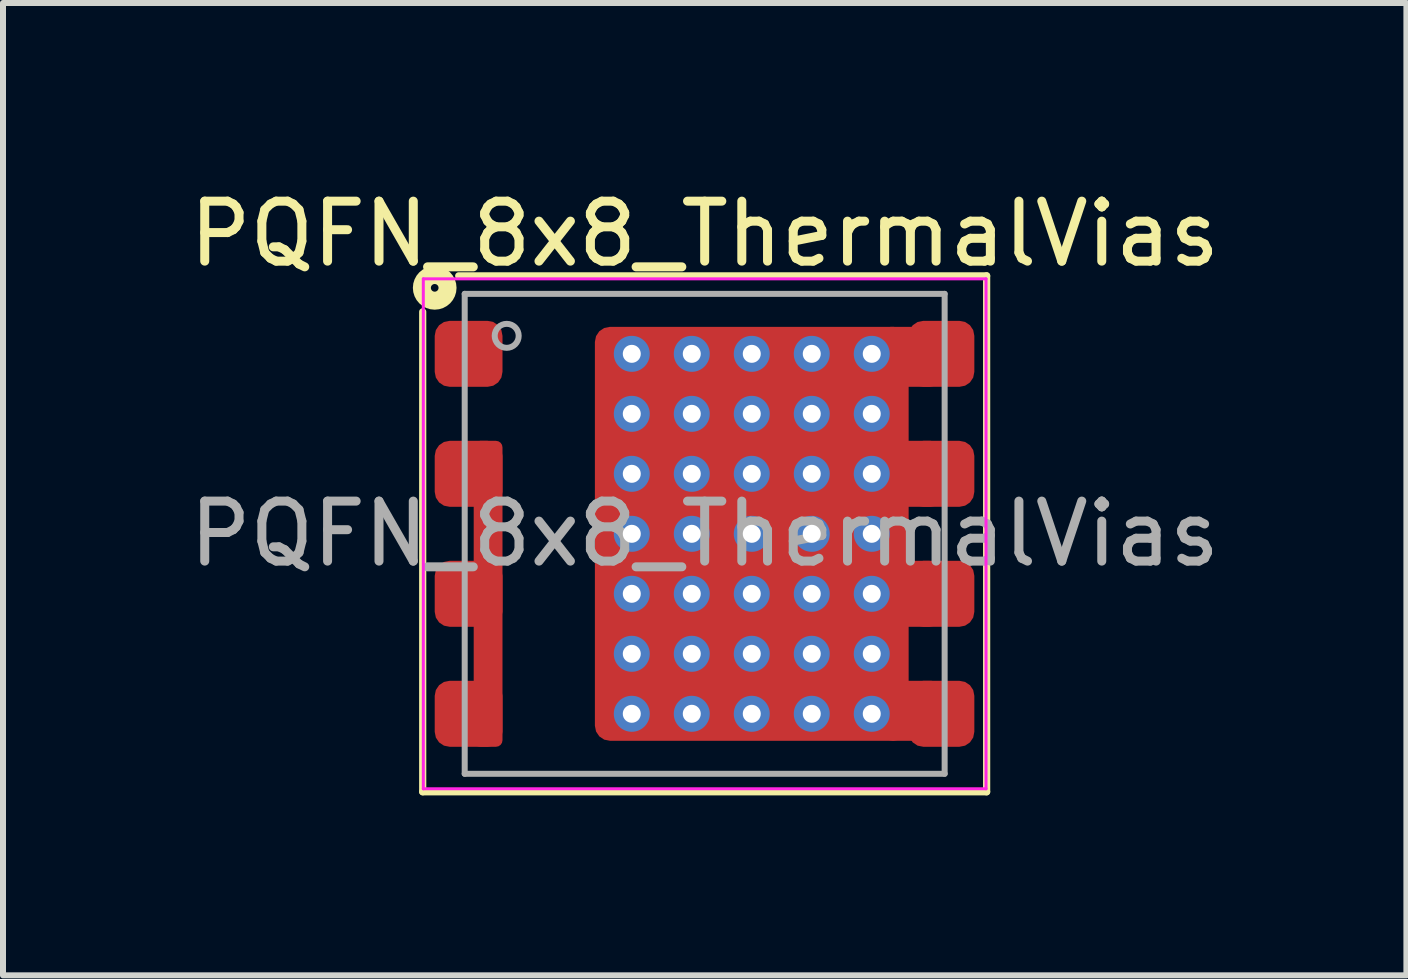
<source format=kicad_pcb>
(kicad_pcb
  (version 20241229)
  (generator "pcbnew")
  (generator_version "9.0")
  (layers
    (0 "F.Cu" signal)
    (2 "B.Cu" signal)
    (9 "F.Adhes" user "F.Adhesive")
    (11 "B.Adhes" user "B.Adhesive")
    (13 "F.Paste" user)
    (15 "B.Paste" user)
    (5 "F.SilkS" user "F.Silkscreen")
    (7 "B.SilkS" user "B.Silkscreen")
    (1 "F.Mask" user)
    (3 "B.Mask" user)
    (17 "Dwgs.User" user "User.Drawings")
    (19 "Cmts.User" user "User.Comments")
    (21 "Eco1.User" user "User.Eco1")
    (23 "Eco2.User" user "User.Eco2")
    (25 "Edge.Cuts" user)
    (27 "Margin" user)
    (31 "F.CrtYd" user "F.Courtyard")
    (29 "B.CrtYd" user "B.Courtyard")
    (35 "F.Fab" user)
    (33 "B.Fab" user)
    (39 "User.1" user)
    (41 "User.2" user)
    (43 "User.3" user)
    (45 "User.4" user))
  (footprint "PQFN_8x8_ThermalVias"
    (layer "F.Cu")
    (at 8.696 5.848)
    (property "Reference" "PQFN_8x8_ThermalVias" (at 0 -5 0) (layer "F.SilkS") (effects (font (size 1 1) (thickness 0.15))))
    (attr smd)
    (fp_line (start -4.7 -3.7) (end -4.7 4.3) (stroke (width 0.12) (type solid)) (layer "F.SilkS"))
    (fp_line (start -4.7 4.3) (end 4.7 4.3) (stroke (width 0.12) (type solid)) (layer "F.SilkS"))
    (fp_line (start 4.7 -4.3) (end -4.1 -4.3) (stroke (width 0.12) (type solid)) (layer "F.SilkS"))
    (fp_line (start 4.7 4.3) (end 4.7 -4.3) (stroke (width 0.12) (type solid)) (layer "F.SilkS"))
    (fp_circle (center -4.5 -4.1) (end -4.436 -4.1) (stroke (width 0.3) (type solid)) (fill no) (layer "F.SilkS"))
    (fp_line (start -4.69 -4.25) (end 4.69 -4.25) (stroke (width 0.05) (type solid)) (layer "F.CrtYd"))
    (fp_line (start -4.69 4.25) (end -4.69 -4.25) (stroke (width 0.05) (type solid)) (layer "F.CrtYd"))
    (fp_line (start 4.69 -4.25) (end 4.69 4.25) (stroke (width 0.05) (type solid)) (layer "F.CrtYd"))
    (fp_line (start 4.69 4.25) (end -4.69 4.25) (stroke (width 0.05) (type solid)) (layer "F.CrtYd"))
    (fp_line (start -4 -4) (end 4 -4) (stroke (width 0.1) (type solid)) (layer "F.Fab"))
    (fp_line (start -4 4) (end -4 -4) (stroke (width 0.1) (type solid)) (layer "F.Fab"))
    (fp_line (start 4 -4) (end 4 4) (stroke (width 0.1) (type solid)) (layer "F.Fab"))
    (fp_line (start 4 4) (end -4 4) (stroke (width 0.1) (type solid)) (layer "F.Fab"))
    (fp_circle (center -3.3 -3.3) (end -3.1 -3.3) (stroke (width 0.1) (type solid)) (fill no) (layer "F.Fab"))
    (fp_text user "${REFERENCE}" (at 0 0 0) (layer "F.Fab") (effects (font (size 1 1) (thickness 0.15))))
    (pad "" smd roundrect (at -1.565 -3.25) (size 0.4 0.3) (layers "F.Paste") (roundrect_rratio 0.25))
    (pad "" smd roundrect (at -1.565 -2.5 90) (size 0.7 0.4) (layers "F.Paste") (roundrect_rratio 0.25))
    (pad "" smd roundrect (at -1.565 -1.5 90) (size 0.7 0.4) (layers "F.Paste") (roundrect_rratio 0.25))
    (pad "" smd roundrect (at -1.565 -0.5 90) (size 0.7 0.4) (layers "F.Paste") (roundrect_rratio 0.25))
    (pad "" smd roundrect (at -1.565 0.5 90) (size 0.7 0.4) (layers "F.Paste") (roundrect_rratio 0.25))
    (pad "" smd roundrect (at -1.565 1.5 90) (size 0.7 0.4) (layers "F.Paste") (roundrect_rratio 0.25))
    (pad "" smd roundrect (at -1.565 2.5 90) (size 0.7 0.4) (layers "F.Paste") (roundrect_rratio 0.25))
    (pad "" smd roundrect (at -1.565 3.25) (size 0.4 0.3) (layers "F.Paste") (roundrect_rratio 0.25))
    (pad "" smd roundrect (at -0.715 -3.25) (size 0.7 0.3) (layers "F.Paste") (roundrect_rratio 0.25))
    (pad "" smd roundrect (at -0.715 -2.5) (size 0.8 0.8) (layers "F.Paste") (roundrect_rratio 0.25))
    (pad "" smd roundrect (at -0.715 -1.5) (size 0.8 0.8) (layers "F.Paste") (roundrect_rratio 0.25))
    (pad "" smd roundrect (at -0.715 -0.5) (size 0.8 0.8) (layers "F.Paste") (roundrect_rratio 0.25))
    (pad "" smd roundrect (at -0.715 0.5) (size 0.8 0.8) (layers "F.Paste") (roundrect_rratio 0.25))
    (pad "" smd roundrect (at -0.715 1.5) (size 0.8 0.8) (layers "F.Paste") (roundrect_rratio 0.25))
    (pad "" smd roundrect (at -0.715 2.5) (size 0.8 0.8) (layers "F.Paste") (roundrect_rratio 0.25))
    (pad "" smd roundrect (at -0.715 3.25) (size 0.7 0.3) (layers "F.Paste") (roundrect_rratio 0.25))
    (pad "" smd roundrect (at 0.285 -3.25) (size 0.7 0.3) (layers "F.Paste") (roundrect_rratio 0.25))
    (pad "" smd roundrect (at 0.285 -2.5) (size 0.8 0.8) (layers "F.Paste") (roundrect_rratio 0.25))
    (pad "" smd roundrect (at 0.285 -1.5) (size 0.8 0.8) (layers "F.Paste") (roundrect_rratio 0.25))
    (pad "" smd roundrect (at 0.285 -0.5) (size 0.8 0.8) (layers "F.Paste") (roundrect_rratio 0.25))
    (pad "" smd roundrect (at 0.285 0.5) (size 0.8 0.8) (layers "F.Paste") (roundrect_rratio 0.25))
    (pad "" smd roundrect (at 0.285 1.5) (size 0.8 0.8) (layers "F.Paste") (roundrect_rratio 0.25))
    (pad "" smd roundrect (at 0.285 2.5) (size 0.8 0.8) (layers "F.Paste") (roundrect_rratio 0.25))
    (pad "" smd roundrect (at 0.285 3.25) (size 0.7 0.3) (layers "F.Paste") (roundrect_rratio 0.25))
    (pad "" smd roundrect (at 1.285 -3.25) (size 0.7 0.3) (layers "F.Paste") (roundrect_rratio 0.25))
    (pad "" smd roundrect (at 1.285 -2.5) (size 0.8 0.8) (layers "F.Paste") (roundrect_rratio 0.25))
    (pad "" smd roundrect (at 1.285 -1.5) (size 0.8 0.8) (layers "F.Paste") (roundrect_rratio 0.25))
    (pad "" smd roundrect (at 1.285 -0.5) (size 0.8 0.8) (layers "F.Paste") (roundrect_rratio 0.25))
    (pad "" smd roundrect (at 1.285 0.5) (size 0.8 0.8) (layers "F.Paste") (roundrect_rratio 0.25))
    (pad "" smd roundrect (at 1.285 1.5) (size 0.8 0.8) (layers "F.Paste") (roundrect_rratio 0.25))
    (pad "" smd roundrect (at 1.285 2.5) (size 0.8 0.8) (layers "F.Paste") (roundrect_rratio 0.25))
    (pad "" smd roundrect (at 1.285 3.25) (size 0.7 0.3) (layers "F.Paste") (roundrect_rratio 0.25))
    (pad "" smd roundrect (at 2.285 -3.25) (size 0.7 0.3) (layers "F.Paste") (roundrect_rratio 0.25))
    (pad "" smd roundrect (at 2.285 -2.5) (size 0.8 0.8) (layers "F.Paste") (roundrect_rratio 0.25))
    (pad "" smd roundrect (at 2.285 -1.5) (size 0.8 0.8) (layers "F.Paste") (roundrect_rratio 0.25))
    (pad "" smd roundrect (at 2.285 -0.5) (size 0.8 0.8) (layers "F.Paste") (roundrect_rratio 0.25))
    (pad "" smd roundrect (at 2.285 0.5) (size 0.8 0.8) (layers "F.Paste") (roundrect_rratio 0.25))
    (pad "" smd roundrect (at 2.285 1.5) (size 0.8 0.8) (layers "F.Paste") (roundrect_rratio 0.25))
    (pad "" smd roundrect (at 2.285 2.5) (size 0.8 0.8) (layers "F.Paste") (roundrect_rratio 0.25))
    (pad "" smd roundrect (at 2.285 3.25) (size 0.7 0.3) (layers "F.Paste") (roundrect_rratio 0.25))
    (pad "" smd roundrect (at 3.035 -3.25) (size 0.3 0.3) (layers "F.Paste") (roundrect_rratio 0.25))
    (pad "" smd roundrect (at 3.035 -2.5 90) (size 0.7 0.3) (layers "F.Paste") (roundrect_rratio 0.25))
    (pad "" smd roundrect (at 3.035 -1.5 90) (size 0.7 0.3) (layers "F.Paste") (roundrect_rratio 0.25))
    (pad "" smd roundrect (at 3.035 -0.5 90) (size 0.7 0.3) (layers "F.Paste") (roundrect_rratio 0.25))
    (pad "" smd roundrect (at 3.035 0.5 90) (size 0.7 0.3) (layers "F.Paste") (roundrect_rratio 0.25))
    (pad "" smd roundrect (at 3.035 1.5 90) (size 0.7 0.3) (layers "F.Paste") (roundrect_rratio 0.25))
    (pad "" smd roundrect (at 3.035 2.5 90) (size 0.7 0.3) (layers "F.Paste") (roundrect_rratio 0.25))
    (pad "" smd roundrect (at 3.035 3.25) (size 0.3 0.3) (layers "F.Paste") (roundrect_rratio 0.25))
    (pad "1" smd roundrect (at -3.935 -3) (size 1.13 1.1) (layers "F.Cu" "F.Mask" "F.Paste") (roundrect_rratio 0.227))
    (pad "2" smd roundrect (at -3.935 -1) (size 1.13 1.1) (layers "F.Cu" "F.Mask" "F.Paste") (roundrect_rratio 0.227))
    (pad "2" smd roundrect (at -3.935 1) (size 1.13 1.1) (layers "F.Cu" "F.Mask" "F.Paste") (roundrect_rratio 0.227))
    (pad "2" smd roundrect (at -3.935 3) (size 1.13 1.1) (layers "F.Cu" "F.Mask" "F.Paste") (roundrect_rratio 0.227))
    (pad "2" smd roundrect (at -3.61 1) (size 0.48 5.1) (layers "F.Cu" "F.Mask") (roundrect_rratio 0.227))
    (pad "3" thru_hole circle (at -1.215 -3) (size 0.6 0.6) (drill 0.3) (property pad_prop_heatsink) (layers "*.Cu" "*.Mask"))
    (pad "3" thru_hole circle (at -1.215 -2) (size 0.6 0.6) (drill 0.3) (property pad_prop_heatsink) (layers "*.Cu" "*.Mask"))
    (pad "3" thru_hole circle (at -1.215 -1) (size 0.6 0.6) (drill 0.3) (property pad_prop_heatsink) (layers "*.Cu" "*.Mask"))
    (pad "3" thru_hole circle (at -1.215 0) (size 0.6 0.6) (drill 0.3) (property pad_prop_heatsink) (layers "*.Cu" "*.Mask"))
    (pad "3" thru_hole circle (at -1.215 1) (size 0.6 0.6) (drill 0.3) (property pad_prop_heatsink) (layers "*.Cu" "*.Mask"))
    (pad "3" thru_hole circle (at -1.215 2) (size 0.6 0.6) (drill 0.3) (property pad_prop_heatsink) (layers "*.Cu" "*.Mask"))
    (pad "3" thru_hole circle (at -1.215 3) (size 0.6 0.6) (drill 0.3) (property pad_prop_heatsink) (layers "*.Cu" "*.Mask"))
    (pad "3" thru_hole circle (at -0.215 -3) (size 0.6 0.6) (drill 0.3) (property pad_prop_heatsink) (layers "*.Cu" "*.Mask"))
    (pad "3" thru_hole circle (at -0.215 -2) (size 0.6 0.6) (drill 0.3) (property pad_prop_heatsink) (layers "*.Cu" "*.Mask"))
    (pad "3" thru_hole circle (at -0.215 -1) (size 0.6 0.6) (drill 0.3) (property pad_prop_heatsink) (layers "*.Cu" "*.Mask"))
    (pad "3" thru_hole circle (at -0.215 0) (size 0.6 0.6) (drill 0.3) (property pad_prop_heatsink) (layers "*.Cu" "*.Mask"))
    (pad "3" thru_hole circle (at -0.215 1) (size 0.6 0.6) (drill 0.3) (property pad_prop_heatsink) (layers "*.Cu" "*.Mask"))
    (pad "3" thru_hole circle (at -0.215 2) (size 0.6 0.6) (drill 0.3) (property pad_prop_heatsink) (layers "*.Cu" "*.Mask"))
    (pad "3" thru_hole circle (at -0.215 3) (size 0.6 0.6) (drill 0.3) (property pad_prop_heatsink) (layers "*.Cu" "*.Mask"))
    (pad "3" thru_hole circle (at 0.785 -3) (size 0.6 0.6) (drill 0.3) (property pad_prop_heatsink) (layers "*.Cu" "*.Mask"))
    (pad "3" thru_hole circle (at 0.785 -2) (size 0.6 0.6) (drill 0.3) (property pad_prop_heatsink) (layers "*.Cu" "*.Mask"))
    (pad "3" thru_hole circle (at 0.785 -1) (size 0.6 0.6) (drill 0.3) (property pad_prop_heatsink) (layers "*.Cu" "*.Mask"))
    (pad "3" thru_hole circle (at 0.785 0) (size 0.6 0.6) (drill 0.3) (property pad_prop_heatsink) (layers "*.Cu" "*.Mask"))
    (pad "3" smd roundrect (at 0.785 0 90) (size 6.9 5.23) (layers "F.Cu" "F.Mask") (roundrect_rratio 0.048))
    (pad "3" thru_hole circle (at 0.785 1) (size 0.6 0.6) (drill 0.3) (property pad_prop_heatsink) (layers "*.Cu" "*.Mask"))
    (pad "3" thru_hole circle (at 0.785 2) (size 0.6 0.6) (drill 0.3) (property pad_prop_heatsink) (layers "*.Cu" "*.Mask"))
    (pad "3" thru_hole circle (at 0.785 3) (size 0.6 0.6) (drill 0.3) (property pad_prop_heatsink) (layers "*.Cu" "*.Mask"))
    (pad "3" thru_hole circle (at 1.785 -3) (size 0.6 0.6) (drill 0.3) (property pad_prop_heatsink) (layers "*.Cu" "*.Mask"))
    (pad "3" thru_hole circle (at 1.785 -2) (size 0.6 0.6) (drill 0.3) (property pad_prop_heatsink) (layers "*.Cu" "*.Mask"))
    (pad "3" thru_hole circle (at 1.785 -1) (size 0.6 0.6) (drill 0.3) (property pad_prop_heatsink) (layers "*.Cu" "*.Mask"))
    (pad "3" thru_hole circle (at 1.785 0) (size 0.6 0.6) (drill 0.3) (property pad_prop_heatsink) (layers "*.Cu" "*.Mask"))
    (pad "3" thru_hole circle (at 1.785 1) (size 0.6 0.6) (drill 0.3) (property pad_prop_heatsink) (layers "*.Cu" "*.Mask"))
    (pad "3" thru_hole circle (at 1.785 2) (size 0.6 0.6) (drill 0.3) (property pad_prop_heatsink) (layers "*.Cu" "*.Mask"))
    (pad "3" thru_hole circle (at 1.785 3) (size 0.6 0.6) (drill 0.3) (property pad_prop_heatsink) (layers "*.Cu" "*.Mask"))
    (pad "3" thru_hole circle (at 2.785 -3) (size 0.6 0.6) (drill 0.3) (property pad_prop_heatsink) (layers "*.Cu" "*.Mask"))
    (pad "3" thru_hole circle (at 2.785 -2) (size 0.6 0.6) (drill 0.3) (property pad_prop_heatsink) (layers "*.Cu" "*.Mask"))
    (pad "3" thru_hole circle (at 2.785 -1) (size 0.6 0.6) (drill 0.3) (property pad_prop_heatsink) (layers "*.Cu" "*.Mask"))
    (pad "3" thru_hole circle (at 2.785 0) (size 0.6 0.6) (drill 0.3) (property pad_prop_heatsink) (layers "*.Cu" "*.Mask"))
    (pad "3" thru_hole circle (at 2.785 1) (size 0.6 0.6) (drill 0.3) (property pad_prop_heatsink) (layers "*.Cu" "*.Mask"))
    (pad "3" thru_hole circle (at 2.785 2) (size 0.6 0.6) (drill 0.3) (property pad_prop_heatsink) (layers "*.Cu" "*.Mask"))
    (pad "3" thru_hole circle (at 2.785 3) (size 0.6 0.6) (drill 0.3) (property pad_prop_heatsink) (layers "*.Cu" "*.Mask"))
    (pad "3" smd roundrect (at 3.425 -2.95) (size 1.1 1) (layers "F.Cu" "F.Mask") (roundrect_rratio 0.227))
    (pad "3" smd roundrect (at 3.445 1) (size 1.1 1.1) (layers "F.Cu" "F.Mask") (roundrect_rratio 0.227))
    (pad "3" smd roundrect (at 3.455 2.95) (size 1.1 1) (layers "F.Cu" "F.Mask") (roundrect_rratio 0.227))
    (pad "3" smd roundrect (at 3.465 -1) (size 1.1 1.1) (layers "F.Cu" "F.Mask") (roundrect_rratio 0.227))
    (pad "3" smd roundrect (at 3.945 -3) (size 1.1 1.1) (layers "F.Cu" "F.Mask" "F.Paste") (roundrect_rratio 0.227))
    (pad "3" smd roundrect (at 3.945 -1) (size 1.1 1.1) (layers "F.Cu" "F.Mask" "F.Paste") (roundrect_rratio 0.227))
    (pad "3" smd roundrect (at 3.945 1) (size 1.1 1.1) (layers "F.Cu" "F.Mask" "F.Paste") (roundrect_rratio 0.227))
    (pad "3" smd roundrect (at 3.945 3) (size 1.1 1.1) (layers "F.Cu" "F.Mask" "F.Paste") (roundrect_rratio 0.227)))
  (gr_rect
    (start -3 -3)
    (end 20.393 13.208)
    (stroke (width 0.1) (type default))
    (fill no)
    (layer "Edge.Cuts")))
</source>
